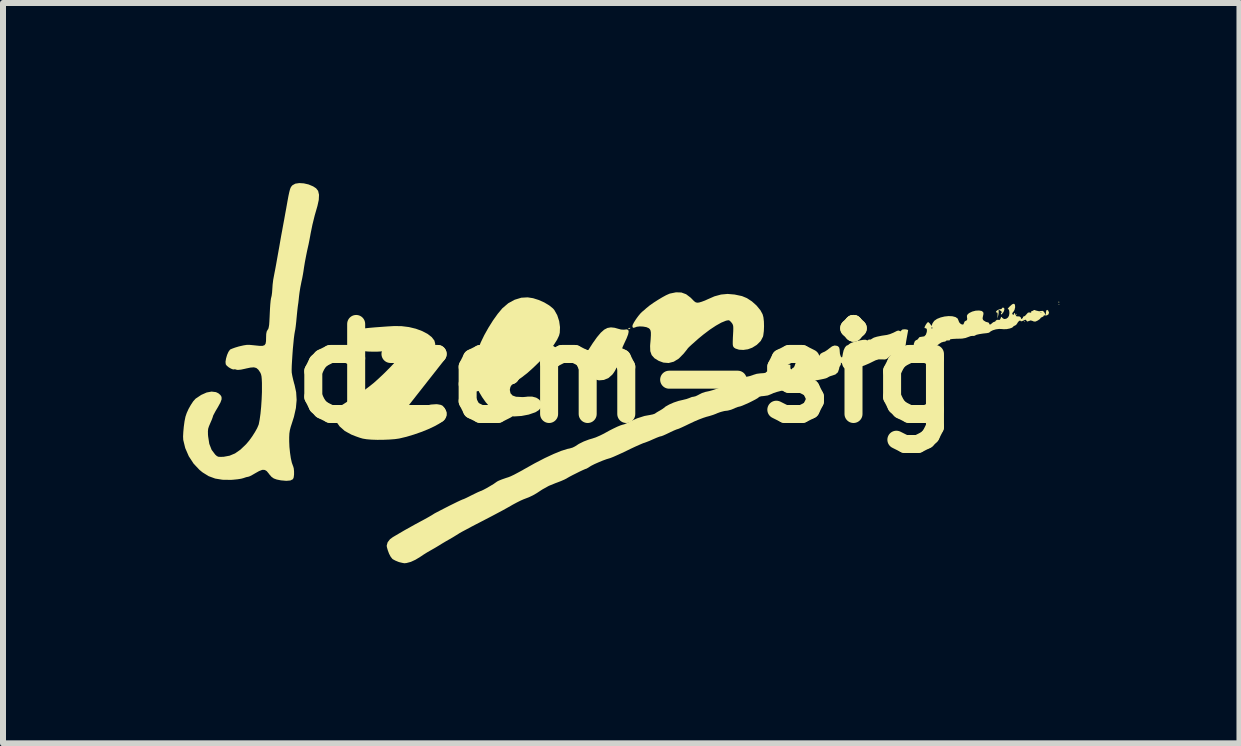
<source format=kicad_pcb>
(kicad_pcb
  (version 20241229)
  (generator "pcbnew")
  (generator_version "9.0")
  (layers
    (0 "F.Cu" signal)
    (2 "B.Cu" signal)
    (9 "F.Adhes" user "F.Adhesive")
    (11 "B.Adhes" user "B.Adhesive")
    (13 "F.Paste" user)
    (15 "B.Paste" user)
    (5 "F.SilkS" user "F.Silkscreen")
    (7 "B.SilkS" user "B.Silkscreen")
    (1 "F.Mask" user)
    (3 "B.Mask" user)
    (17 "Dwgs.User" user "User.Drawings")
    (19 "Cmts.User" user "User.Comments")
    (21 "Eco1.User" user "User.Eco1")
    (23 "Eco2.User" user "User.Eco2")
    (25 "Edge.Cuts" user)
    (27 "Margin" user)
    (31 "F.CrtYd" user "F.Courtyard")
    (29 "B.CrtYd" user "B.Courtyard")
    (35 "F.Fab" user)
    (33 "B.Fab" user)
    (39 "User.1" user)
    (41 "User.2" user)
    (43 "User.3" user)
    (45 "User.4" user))
  (footprint "dzem-sig"
    (layer "F.Cu")
    (at 7.384 3.169)
    (property "Reference" "dzem-sig" (at 0 0 0) (layer "F.SilkS") (effects (font (size 1.5 1.5) (thickness 0.3))))
    (attr board_only exclude_from_pos_files exclude_from_bom)
    (fp_poly (pts (xy 6.511 -0.983) (xy 6.504 -0.975) (xy 6.496 -0.983) (xy 6.504 -0.99)) (stroke (width 0) (type solid)) (fill yes) (layer "F.SilkS"))
    (fp_poly (pts (xy 6.646 -0.863) (xy 6.639 -0.855) (xy 6.631 -0.863) (xy 6.639 -0.87)) (stroke (width 0) (type solid)) (fill yes) (layer "F.SilkS"))
    (fp_poly (pts (xy 7.216 -1.148) (xy 7.209 -1.14) (xy 7.201 -1.148) (xy 7.209 -1.155)) (stroke (width 0) (type solid)) (fill yes) (layer "F.SilkS"))
    (fp_poly (pts (xy 4.736 -0.424) (xy 4.738 -0.393) (xy 4.736 -0.386) (xy 4.73 -0.384) (xy 4.728 -0.405) (xy 4.731 -0.426)) (stroke (width 0) (type solid)) (fill yes) (layer "F.SilkS"))
    (fp_poly (pts (xy 7.211 -1.195) (xy 7.213 -1.177) (xy 7.211 -1.175) (xy 7.203 -1.177) (xy 7.201 -1.185) (xy 7.207 -1.198)) (stroke (width 0) (type solid)) (fill yes) (layer "F.SilkS"))
    (fp_poly (pts (xy 0.067 -0.75) (xy 0.051 -0.738) (xy 0.034 -0.735) (xy 0.03 -0.741) (xy 0.042 -0.751) (xy 0.053 -0.756) (xy 0.069 -0.757)) (stroke (width 0) (type solid)) (fill yes) (layer "F.SilkS"))
    (fp_poly (pts (xy 6.297 -1.084) (xy 6.299 -1.057) (xy 6.285 -1.022) (xy 6.272 -1.003) (xy 6.251 -0.981) (xy 6.243 -0.982) (xy 6.242 -0.995) (xy 6.248 -1.013) (xy 6.26 -1.011) (xy 6.265 -1.012) (xy 6.25 -1.029) (xy 6.249 -1.031) (xy 6.221 -1.052) (xy 6.204 -1.053) (xy 6.203 -1.034) (xy 6.204 -1.031) (xy 6.204 -1.005) (xy 6.198 -0.966) (xy 6.196 -0.96) (xy 6.182 -0.908) (xy 6.186 -0.963) (xy 6.186 -0.997) (xy 6.181 -1.012) (xy 6.179 -1.011) (xy 6.163 -1.015) (xy 6.159 -1.019) (xy 6.164 -1.035) (xy 6.186 -1.053) (xy 6.216 -1.066) (xy 6.237 -1.068) (xy 6.255 -1.074) (xy 6.256 -1.08) (xy 6.268 -1.093) (xy 6.279 -1.095)) (stroke (width 0) (type solid)) (fill yes) (layer "F.SilkS"))
    (fp_poly (pts (xy -0.193 -0.758) (xy -0.137 -0.742) (xy -0.088 -0.729) (xy -0.043 -0.726) (xy -0.032 -0.727) (xy 0.009 -0.731) (xy 0.033 -0.721) (xy 0.04 -0.694) (xy 0.031 -0.649) (xy 0.006 -0.583) (xy -0.03 -0.506) (xy -0.059 -0.442) (xy -0.082 -0.379) (xy -0.096 -0.327) (xy -0.098 -0.317) (xy -0.108 -0.261) (xy -0.121 -0.207) (xy -0.124 -0.195) (xy -0.135 -0.155) (xy -0.138 -0.126) (xy -0.137 -0.124) (xy -0.143 -0.107) (xy -0.148 -0.105) (xy -0.164 -0.092) (xy -0.173 -0.071) (xy -0.189 -0.04) (xy -0.216 0.001) (xy -0.234 0.024) (xy -0.297 0.079) (xy -0.373 0.111) (xy -0.455 0.118) (xy -0.535 0.098) (xy -0.587 0.061) (xy -0.63 -0.001) (xy -0.663 -0.081) (xy -0.675 -0.134) (xy -0.682 -0.203) (xy -0.676 -0.269) (xy -0.654 -0.337) (xy -0.615 -0.414) (xy -0.559 -0.501) (xy -0.488 -0.601) (xy -0.426 -0.675) (xy -0.369 -0.726) (xy -0.314 -0.755) (xy -0.256 -0.765)) (stroke (width 0) (type solid)) (fill yes) (layer "F.SilkS"))
    (fp_poly (pts (xy -1.553 -1.251) (xy -1.458 -1.221) (xy -1.366 -1.18) (xy -1.284 -1.131) (xy -1.22 -1.079) (xy -1.198 -1.053) (xy -1.15 -0.967) (xy -1.118 -0.869) (xy -1.104 -0.769) (xy -1.108 -0.675) (xy -1.12 -0.628) (xy -1.153 -0.558) (xy -1.206 -0.475) (xy -1.276 -0.383) (xy -1.359 -0.286) (xy -1.451 -0.188) (xy -1.548 -0.094) (xy -1.645 -0.007) (xy -1.741 0.068) (xy -1.8 0.109) (xy -1.865 0.153) (xy -1.907 0.191) (xy -1.93 0.227) (xy -1.939 0.267) (xy -1.94 0.279) (xy -1.929 0.333) (xy -1.894 0.371) (xy -1.837 0.391) (xy -1.817 0.392) (xy -1.775 0.394) (xy -1.743 0.396) (xy -1.74 0.396) (xy -1.713 0.396) (xy -1.668 0.392) (xy -1.645 0.389) (xy -1.566 0.389) (xy -1.501 0.406) (xy -1.452 0.437) (xy -1.421 0.477) (xy -1.41 0.523) (xy -1.421 0.57) (xy -1.457 0.614) (xy -1.515 0.65) (xy -1.625 0.688) (xy -1.745 0.711) (xy -1.868 0.719) (xy -1.981 0.709) (xy -2.026 0.7) (xy -2.113 0.667) (xy -2.199 0.618) (xy -2.272 0.561) (xy -2.277 0.556) (xy -2.339 0.486) (xy -2.399 0.401) (xy -2.451 0.314) (xy -2.487 0.234) (xy -2.491 0.224) (xy -2.505 0.181) (xy -2.513 0.141) (xy -2.518 0.096) (xy -2.519 0.04) (xy -2.518 -0.035) (xy -2.517 -0.075) (xy -2.512 -0.168) (xy -2.506 -0.24) (xy -2.497 -0.299) (xy -2.482 -0.356) (xy -2.468 -0.403) (xy -2.425 -0.513) (xy -2.366 -0.635) (xy -2.296 -0.76) (xy -2.22 -0.881) (xy -2.142 -0.99) (xy -2.068 -1.079) (xy -2.062 -1.085) (xy -1.966 -1.167) (xy -1.86 -1.225) (xy -1.749 -1.259) (xy -1.643 -1.265)) (stroke (width 0) (type solid)) (fill yes) (layer "F.SilkS"))
    (fp_poly (pts (xy 0.918 -1.346) (xy 0.997 -1.317) (xy 1.071 -1.261) (xy 1.093 -1.239) (xy 1.13 -1.201) (xy 1.157 -1.182) (xy 1.182 -1.176) (xy 1.213 -1.179) (xy 1.213 -1.179) (xy 1.257 -1.192) (xy 1.313 -1.213) (xy 1.35 -1.23) (xy 1.469 -1.282) (xy 1.579 -1.312) (xy 1.688 -1.322) (xy 1.805 -1.312) (xy 1.928 -1.286) (xy 2.01 -1.252) (xy 2.094 -1.197) (xy 2.171 -1.128) (xy 2.235 -1.05) (xy 2.271 -0.984) (xy 2.285 -0.933) (xy 2.293 -0.862) (xy 2.295 -0.782) (xy 2.292 -0.703) (xy 2.283 -0.635) (xy 2.278 -0.611) (xy 2.24 -0.538) (xy 2.174 -0.473) (xy 2.098 -0.426) (xy 2.027 -0.4) (xy 1.95 -0.389) (xy 1.878 -0.393) (xy 1.819 -0.412) (xy 1.798 -0.426) (xy 1.786 -0.439) (xy 1.778 -0.456) (xy 1.774 -0.483) (xy 1.774 -0.526) (xy 1.776 -0.591) (xy 1.778 -0.627) (xy 1.782 -0.702) (xy 1.783 -0.754) (xy 1.781 -0.789) (xy 1.774 -0.812) (xy 1.763 -0.832) (xy 1.751 -0.847) (xy 1.725 -0.875) (xy 1.703 -0.884) (xy 1.67 -0.878) (xy 1.656 -0.874) (xy 1.583 -0.844) (xy 1.494 -0.794) (xy 1.394 -0.728) (xy 1.288 -0.648) (xy 1.205 -0.58) (xy 1.145 -0.527) (xy 1.092 -0.48) (xy 1.052 -0.443) (xy 1.029 -0.42) (xy 1.025 -0.415) (xy 1.009 -0.393) (xy 0.98 -0.357) (xy 0.955 -0.326) (xy 0.874 -0.244) (xy 0.791 -0.193) (xy 0.706 -0.171) (xy 0.618 -0.178) (xy 0.54 -0.207) (xy 0.469 -0.251) (xy 0.423 -0.303) (xy 0.4 -0.368) (xy 0.397 -0.452) (xy 0.398 -0.473) (xy 0.406 -0.564) (xy 0.41 -0.631) (xy 0.41 -0.678) (xy 0.405 -0.709) (xy 0.395 -0.731) (xy 0.38 -0.747) (xy 0.375 -0.751) (xy 0.337 -0.768) (xy 0.283 -0.778) (xy 0.225 -0.781) (xy 0.175 -0.775) (xy 0.151 -0.766) (xy 0.12 -0.756) (xy 0.103 -0.77) (xy 0.105 -0.803) (xy 0.107 -0.807) (xy 0.128 -0.848) (xy 0.161 -0.9) (xy 0.2 -0.954) (xy 0.238 -0.999) (xy 0.261 -1.022) (xy 0.294 -1.049) (xy 0.332 -1.083) (xy 0.338 -1.088) (xy 0.387 -1.128) (xy 0.452 -1.174) (xy 0.525 -1.221) (xy 0.598 -1.265) (xy 0.664 -1.301) (xy 0.716 -1.324) (xy 0.727 -1.328) (xy 0.829 -1.349)) (stroke (width 0) (type solid)) (fill yes) (layer "F.SilkS"))
    (fp_poly (pts (xy -3.742 -0.785) (xy -3.621 -0.77) (xy -3.505 -0.742) (xy -3.4 -0.703) (xy -3.31 -0.656) (xy -3.241 -0.602) (xy -3.197 -0.545) (xy -3.183 -0.491) (xy -3.184 -0.419) (xy -3.198 -0.337) (xy -3.225 -0.254) (xy -3.259 -0.184) (xy -3.293 -0.129) (xy -3.338 -0.065) (xy -3.388 0.003) (xy -3.438 0.068) (xy -3.485 0.124) (xy -3.523 0.165) (xy -3.54 0.18) (xy -3.586 0.216) (xy -3.633 0.253) (xy -3.636 0.256) (xy -3.674 0.285) (xy -3.725 0.321) (xy -3.767 0.35) (xy -3.818 0.389) (xy -3.878 0.439) (xy -3.936 0.493) (xy -3.945 0.502) (xy -4.04 0.598) (xy -3.993 0.645) (xy -3.96 0.675) (xy -3.932 0.686) (xy -3.894 0.684) (xy -3.882 0.682) (xy -3.81 0.669) (xy -3.729 0.651) (xy -3.645 0.632) (xy -3.567 0.612) (xy -3.503 0.594) (xy -3.461 0.58) (xy -3.46 0.579) (xy -3.355 0.543) (xy -3.254 0.521) (xy -3.165 0.515) (xy -3.141 0.517) (xy -3.092 0.526) (xy -3.06 0.541) (xy -3.034 0.571) (xy -3.026 0.582) (xy -2.997 0.647) (xy -2.998 0.709) (xy -3.029 0.767) (xy -3.055 0.795) (xy -3.116 0.839) (xy -3.2 0.885) (xy -3.303 0.933) (xy -3.418 0.979) (xy -3.539 1.021) (xy -3.662 1.058) (xy -3.78 1.086) (xy -3.784 1.087) (xy -3.855 1.097) (xy -3.945 1.104) (xy -4.045 1.108) (xy -4.147 1.109) (xy -4.243 1.106) (xy -4.326 1.099) (xy -4.387 1.089) (xy -4.388 1.089) (xy -4.44 1.074) (xy -4.505 1.051) (xy -4.571 1.025) (xy -4.579 1.022) (xy -4.689 0.962) (xy -4.776 0.885) (xy -4.837 0.798) (xy -4.859 0.726) (xy -4.853 0.656) (xy -4.821 0.595) (xy -4.764 0.546) (xy -4.762 0.545) (xy -4.734 0.528) (xy -4.687 0.498) (xy -4.624 0.457) (xy -4.551 0.408) (xy -4.473 0.356) (xy -4.37 0.286) (xy -4.284 0.222) (xy -4.205 0.159) (xy -4.126 0.088) (xy -4.037 0.004) (xy -4.022 -0.011) (xy -3.941 -0.092) (xy -3.88 -0.156) (xy -3.837 -0.206) (xy -3.811 -0.246) (xy -3.8 -0.277) (xy -3.801 -0.305) (xy -3.814 -0.331) (xy -3.822 -0.343) (xy -3.849 -0.369) (xy -3.883 -0.381) (xy -3.918 -0.383) (xy -3.973 -0.38) (xy -4.027 -0.373) (xy -4.036 -0.371) (xy -4.085 -0.364) (xy -4.152 -0.36) (xy -4.227 -0.36) (xy -4.3 -0.362) (xy -4.363 -0.368) (xy -4.406 -0.376) (xy -4.406 -0.376) (xy -4.444 -0.396) (xy -4.487 -0.432) (xy -4.514 -0.459) (xy -4.561 -0.526) (xy -4.585 -0.591) (xy -4.584 -0.649) (xy -4.56 -0.696) (xy -4.527 -0.722) (xy -4.501 -0.729) (xy -4.45 -0.738) (xy -4.377 -0.746) (xy -4.289 -0.756) (xy -4.188 -0.765) (xy -4.08 -0.773) (xy -3.969 -0.781) (xy -3.863 -0.787)) (stroke (width 0) (type solid)) (fill yes) (layer "F.SilkS"))
    (fp_poly (pts (xy 6.476 -1.142) (xy 6.479 -1.098) (xy 6.478 -1.097) (xy 6.468 -1.055) (xy 6.45 -1.025) (xy 6.447 -1.023) (xy 6.43 -1) (xy 6.435 -0.981) (xy 6.453 -0.975) (xy 6.461 -0.984) (xy 6.459 -0.99) (xy 6.459 -1.004) (xy 6.464 -1.005) (xy 6.478 -0.993) (xy 6.486 -0.973) (xy 6.502 -0.949) (xy 6.522 -0.948) (xy 6.549 -0.947) (xy 6.571 -0.933) (xy 6.578 -0.915) (xy 6.575 -0.908) (xy 6.577 -0.905) (xy 6.59 -0.908) (xy 6.608 -0.923) (xy 6.608 -0.932) (xy 6.612 -0.944) (xy 6.621 -0.945) (xy 6.644 -0.957) (xy 6.668 -0.983) (xy 6.693 -1.011) (xy 6.721 -1.013) (xy 6.724 -1.012) (xy 6.746 -1.009) (xy 6.745 -1.013) (xy 6.901 -1.013) (xy 6.909 -1.005) (xy 6.916 -1.013) (xy 6.909 -1.02) (xy 6.901 -1.013) (xy 6.745 -1.013) (xy 6.745 -1.019) (xy 6.747 -1.033) (xy 6.757 -1.035) (xy 6.78 -1.044) (xy 6.784 -1.05) (xy 6.799 -1.055) (xy 6.827 -1.045) (xy 6.879 -1.033) (xy 6.905 -1.037) (xy 6.938 -1.04) (xy 6.959 -1.024) (xy 6.968 -1.008) (xy 6.99 -0.968) (xy 6.991 -1.008) (xy 6.997 -1.045) (xy 7.012 -1.057) (xy 7.029 -1.045) (xy 7.043 -1.012) (xy 7.034 -0.982) (xy 7.006 -0.964) (xy 6.983 -0.964) (xy 6.959 -0.965) (xy 6.955 -0.959) (xy 6.948 -0.946) (xy 6.932 -0.938) (xy 6.907 -0.926) (xy 6.901 -0.917) (xy 6.89 -0.903) (xy 6.861 -0.883) (xy 6.855 -0.879) (xy 6.819 -0.862) (xy 6.791 -0.862) (xy 6.774 -0.87) (xy 6.738 -0.881) (xy 6.708 -0.871) (xy 6.682 -0.862) (xy 6.669 -0.873) (xy 6.667 -0.877) (xy 6.658 -0.891) (xy 6.641 -0.889) (xy 6.615 -0.877) (xy 6.586 -0.866) (xy 6.572 -0.868) (xy 6.571 -0.869) (xy 6.563 -0.88) (xy 6.545 -0.872) (xy 6.525 -0.851) (xy 6.514 -0.832) (xy 6.494 -0.805) (xy 6.475 -0.795) (xy 6.452 -0.784) (xy 6.448 -0.777) (xy 6.428 -0.76) (xy 6.389 -0.746) (xy 6.339 -0.736) (xy 6.289 -0.734) (xy 6.256 -0.737) (xy 6.212 -0.739) (xy 6.159 -0.732) (xy 6.108 -0.717) (xy 6.07 -0.698) (xy 6.059 -0.687) (xy 6.039 -0.675) (xy 6.002 -0.668) (xy 5.999 -0.668) (xy 5.937 -0.661) (xy 5.881 -0.652) (xy 5.837 -0.642) (xy 5.814 -0.631) (xy 5.813 -0.63) (xy 5.794 -0.622) (xy 5.774 -0.623) (xy 5.74 -0.62) (xy 5.699 -0.605) (xy 5.696 -0.604) (xy 5.652 -0.588) (xy 5.596 -0.578) (xy 5.574 -0.577) (xy 5.494 -0.575) (xy 5.44 -0.572) (xy 5.408 -0.568) (xy 5.393 -0.563) (xy 5.393 -0.557) (xy 5.393 -0.556) (xy 5.387 -0.548) (xy 5.364 -0.547) (xy 5.336 -0.546) (xy 5.326 -0.538) (xy 5.313 -0.528) (xy 5.288 -0.525) (xy 5.251 -0.514) (xy 5.209 -0.487) (xy 5.201 -0.48) (xy 5.141 -0.436) (xy 5.072 -0.415) (xy 5.058 -0.414) (xy 5.031 -0.406) (xy 4.99 -0.389) (xy 4.958 -0.374) (xy 4.911 -0.353) (xy 4.871 -0.342) (xy 4.853 -0.342) (xy 4.812 -0.359) (xy 4.791 -0.392) (xy 4.786 -0.438) (xy 4.792 -0.496) (xy 4.809 -0.537) (xy 4.834 -0.555) (xy 4.838 -0.555) (xy 4.859 -0.568) (xy 4.868 -0.583) (xy 4.886 -0.603) (xy 4.924 -0.609) (xy 4.964 -0.615) (xy 4.988 -0.639) (xy 4.992 -0.645) (xy 5.007 -0.689) (xy 5.009 -0.726) (xy 4.998 -0.748) (xy 4.988 -0.75) (xy 4.971 -0.753) (xy 4.97 -0.759) (xy 5.087 -0.759) (xy 5.09 -0.739) (xy 5.095 -0.739) (xy 5.099 -0.759) (xy 5.096 -0.768) (xy 5.09 -0.774) (xy 5.087 -0.759) (xy 4.97 -0.759) (xy 4.969 -0.767) (xy 4.984 -0.798) (xy 4.992 -0.812) (xy 5.015 -0.845) (xy 5.034 -0.852) (xy 5.054 -0.833) (xy 5.063 -0.822) (xy 5.086 -0.788) (xy 5.103 -0.834) (xy 5.131 -0.874) (xy 5.177 -0.906) (xy 5.237 -0.93) (xy 5.303 -0.946) (xy 5.371 -0.953) (xy 5.434 -0.95) (xy 5.486 -0.936) (xy 5.521 -0.912) (xy 5.533 -0.884) (xy 5.546 -0.85) (xy 5.569 -0.825) (xy 5.594 -0.812) (xy 5.616 -0.814) (xy 5.626 -0.835) (xy 5.626 -0.838) (xy 5.639 -0.865) (xy 5.656 -0.874) (xy 5.677 -0.886) (xy 5.68 -0.912) (xy 5.677 -0.927) (xy 5.675 -0.96) (xy 5.69 -0.985) (xy 5.714 -1.004) (xy 5.763 -1.028) (xy 5.821 -1.043) (xy 5.877 -1.046) (xy 5.922 -1.038) (xy 5.931 -1.032) (xy 5.949 -1.013) (xy 5.951 -0.988) (xy 5.944 -0.957) (xy 5.936 -0.917) (xy 5.943 -0.892) (xy 5.956 -0.878) (xy 5.991 -0.857) (xy 6.015 -0.851) (xy 6.04 -0.842) (xy 6.046 -0.829) (xy 6.054 -0.812) (xy 6.075 -0.817) (xy 6.091 -0.833) (xy 6.116 -0.852) (xy 6.129 -0.855) (xy 6.151 -0.867) (xy 6.156 -0.877) (xy 6.176 -0.891) (xy 6.196 -0.89) (xy 6.223 -0.89) (xy 6.237 -0.915) (xy 6.237 -0.915) (xy 6.245 -0.939) (xy 6.256 -0.936) (xy 6.266 -0.922) (xy 6.294 -0.904) (xy 6.329 -0.908) (xy 6.36 -0.93) (xy 6.377 -0.962) (xy 6.383 -1.003) (xy 6.38 -1.04) (xy 6.371 -1.066) (xy 6.356 -1.07) (xy 6.356 -1.07) (xy 6.355 -1.074) (xy 6.371 -1.095) (xy 6.389 -1.114) (xy 6.43 -1.15) (xy 6.459 -1.159)) (stroke (width 0) (type solid)) (fill yes) (layer "F.SilkS"))
    (fp_poly (pts (xy -5.372 -3.164) (xy -5.293 -3.146) (xy -5.217 -3.114) (xy -5.168 -3.082) (xy -5.134 -3.039) (xy -5.119 -2.974) (xy -5.123 -2.889) (xy -5.145 -2.789) (xy -5.151 -2.768) (xy -5.191 -2.629) (xy -5.229 -2.475) (xy -5.26 -2.323) (xy -5.266 -2.288) (xy -5.279 -2.219) (xy -5.293 -2.148) (xy -5.304 -2.1) (xy -5.319 -2.033) (xy -5.336 -1.948) (xy -5.354 -1.854) (xy -5.369 -1.763) (xy -5.379 -1.695) (xy -5.387 -1.647) (xy -5.399 -1.583) (xy -5.414 -1.515) (xy -5.415 -1.508) (xy -5.43 -1.433) (xy -5.443 -1.352) (xy -5.452 -1.283) (xy -5.458 -1.224) (xy -5.464 -1.172) (xy -5.469 -1.14) (xy -5.473 -1.11) (xy -5.479 -1.059) (xy -5.486 -0.992) (xy -5.492 -0.93) (xy -5.499 -0.855) (xy -5.507 -0.784) (xy -5.515 -0.727) (xy -5.521 -0.698) (xy -5.529 -0.651) (xy -5.538 -0.583) (xy -5.546 -0.499) (xy -5.555 -0.406) (xy -5.562 -0.309) (xy -5.568 -0.216) (xy -5.573 -0.132) (xy -5.575 -0.063) (xy -5.574 -0.016) (xy -5.573 -0.008) (xy -5.564 0.044) (xy -5.549 0.11) (xy -5.531 0.179) (xy -5.527 0.19) (xy -5.5 0.316) (xy -5.492 0.444) (xy -5.504 0.579) (xy -5.537 0.726) (xy -5.569 0.827) (xy -5.591 0.895) (xy -5.605 0.95) (xy -5.613 1.003) (xy -5.616 1.066) (xy -5.616 1.133) (xy -5.612 1.228) (xy -5.602 1.324) (xy -5.589 1.413) (xy -5.572 1.489) (xy -5.553 1.542) (xy -5.551 1.546) (xy -5.54 1.583) (xy -5.535 1.634) (xy -5.535 1.688) (xy -5.541 1.735) (xy -5.553 1.763) (xy -5.553 1.764) (xy -5.596 1.786) (xy -5.664 1.792) (xy -5.754 1.784) (xy -5.824 1.77) (xy -5.873 1.752) (xy -5.911 1.725) (xy -5.947 1.684) (xy -5.956 1.671) (xy -5.99 1.63) (xy -6.025 1.61) (xy -6.065 1.609) (xy -6.117 1.629) (xy -6.181 1.665) (xy -6.231 1.694) (xy -6.274 1.716) (xy -6.301 1.725) (xy -6.303 1.725) (xy -6.333 1.731) (xy -6.374 1.745) (xy -6.38 1.747) (xy -6.418 1.757) (xy -6.476 1.766) (xy -6.546 1.773) (xy -6.585 1.776) (xy -6.727 1.774) (xy -6.849 1.754) (xy -6.958 1.714) (xy -7.058 1.652) (xy -7.109 1.611) (xy -7.208 1.506) (xy -7.289 1.382) (xy -7.348 1.246) (xy -7.381 1.111) (xy -7.384 1.054) (xy -7.38 0.977) (xy -7.372 0.89) (xy -7.36 0.802) (xy -7.344 0.722) (xy -7.343 0.72) (xy -7.323 0.661) (xy -7.292 0.593) (xy -7.254 0.526) (xy -7.215 0.467) (xy -7.179 0.427) (xy -7.174 0.422) (xy -7.081 0.36) (xy -6.991 0.32) (xy -6.909 0.305) (xy -6.836 0.314) (xy -6.796 0.333) (xy -6.761 0.363) (xy -6.743 0.394) (xy -6.742 0.433) (xy -6.76 0.484) (xy -6.797 0.552) (xy -6.81 0.575) (xy -6.843 0.63) (xy -6.868 0.677) (xy -6.884 0.708) (xy -6.886 0.717) (xy -6.892 0.737) (xy -6.907 0.777) (xy -6.929 0.827) (xy -6.931 0.832) (xy -6.953 0.884) (xy -6.966 0.925) (xy -6.97 0.967) (xy -6.969 1.021) (xy -6.966 1.054) (xy -6.947 1.176) (xy -6.908 1.276) (xy -6.849 1.354) (xy -6.845 1.358) (xy -6.82 1.38) (xy -6.795 1.391) (xy -6.76 1.393) (xy -6.706 1.391) (xy -6.609 1.373) (xy -6.518 1.335) (xy -6.428 1.272) (xy -6.335 1.183) (xy -6.332 1.18) (xy -6.283 1.122) (xy -6.233 1.053) (xy -6.187 0.981) (xy -6.15 0.915) (xy -6.127 0.861) (xy -6.123 0.85) (xy -6.108 0.772) (xy -6.094 0.671) (xy -6.083 0.557) (xy -6.075 0.435) (xy -6.07 0.313) (xy -6.07 0.247) (xy -6.07 0.16) (xy -6.073 0.097) (xy -6.077 0.053) (xy -6.084 0.021) (xy -6.094 -0.005) (xy -6.1 -0.016) (xy -6.131 -0.061) (xy -6.163 -0.088) (xy -6.204 -0.099) (xy -6.26 -0.095) (xy -6.337 -0.079) (xy -6.339 -0.078) (xy -6.418 -0.061) (xy -6.471 -0.056) (xy -6.496 -0.06) (xy -6.521 -0.068) (xy -6.531 -0.065) (xy -6.551 -0.064) (xy -6.585 -0.077) (xy -6.623 -0.099) (xy -6.655 -0.125) (xy -6.673 -0.15) (xy -6.673 -0.15) (xy -6.677 -0.191) (xy -6.668 -0.246) (xy -6.651 -0.305) (xy -6.628 -0.357) (xy -6.603 -0.392) (xy -6.597 -0.397) (xy -6.567 -0.41) (xy -6.518 -0.428) (xy -6.458 -0.446) (xy -6.442 -0.45) (xy -6.376 -0.465) (xy -6.324 -0.473) (xy -6.272 -0.473) (xy -6.208 -0.467) (xy -6.19 -0.465) (xy -6.112 -0.457) (xy -6.059 -0.457) (xy -6.027 -0.468) (xy -6.009 -0.494) (xy -6.002 -0.537) (xy -6.001 -0.588) (xy -5.999 -0.653) (xy -5.991 -0.695) (xy -5.977 -0.722) (xy -5.975 -0.724) (xy -5.964 -0.74) (xy -5.957 -0.766) (xy -5.95 -0.805) (xy -5.946 -0.862) (xy -5.942 -0.942) (xy -5.94 -0.988) (xy -5.936 -1.072) (xy -5.931 -1.147) (xy -5.925 -1.209) (xy -5.919 -1.249) (xy -5.916 -1.26) (xy -5.908 -1.294) (xy -5.901 -1.347) (xy -5.897 -1.403) (xy -5.892 -1.477) (xy -5.882 -1.559) (xy -5.872 -1.612) (xy -5.863 -1.66) (xy -5.849 -1.731) (xy -5.833 -1.818) (xy -5.816 -1.914) (xy -5.799 -2.009) (xy -5.781 -2.109) (xy -5.764 -2.208) (xy -5.748 -2.299) (xy -5.734 -2.373) (xy -5.725 -2.423) (xy -5.714 -2.483) (xy -5.699 -2.563) (xy -5.683 -2.653) (xy -5.666 -2.745) (xy -5.662 -2.768) (xy -5.643 -2.875) (xy -5.628 -2.956) (xy -5.615 -3.016) (xy -5.604 -3.059) (xy -5.594 -3.088) (xy -5.582 -3.109) (xy -5.569 -3.125) (xy -5.561 -3.133) (xy -5.514 -3.159) (xy -5.448 -3.169)) (stroke (width 0) (type solid)) (fill yes) (layer "F.SilkS"))
    (fp_poly (pts (xy 4.678 -0.728) (xy 4.695 -0.72) (xy 4.696 -0.719) (xy 4.693 -0.7) (xy 4.686 -0.661) (xy 4.68 -0.628) (xy 4.663 -0.532) (xy 4.649 -0.433) (xy 4.645 -0.402) (xy 4.631 -0.361) (xy 4.606 -0.329) (xy 4.578 -0.315) (xy 4.577 -0.315) (xy 4.562 -0.304) (xy 4.561 -0.299) (xy 4.548 -0.291) (xy 4.517 -0.288) (xy 4.48 -0.289) (xy 4.447 -0.295) (xy 4.431 -0.304) (xy 4.417 -0.302) (xy 4.39 -0.283) (xy 4.376 -0.27) (xy 4.342 -0.241) (xy 4.312 -0.23) (xy 4.269 -0.231) (xy 4.261 -0.231) (xy 4.206 -0.232) (xy 4.155 -0.217) (xy 4.126 -0.203) (xy 4.049 -0.165) (xy 3.97 -0.131) (xy 3.895 -0.105) (xy 3.831 -0.087) (xy 3.785 -0.081) (xy 3.773 -0.082) (xy 3.743 -0.087) (xy 3.732 -0.089) (xy 3.718 -0.102) (xy 3.705 -0.13) (xy 3.688 -0.155) (xy 3.671 -0.152) (xy 3.659 -0.125) (xy 3.657 -0.107) (xy 3.653 -0.082) (xy 3.649 -0.075) (xy 3.631 -0.087) (xy 3.612 -0.112) (xy 3.601 -0.138) (xy 3.601 -0.141) (xy 3.591 -0.168) (xy 3.583 -0.174) (xy 3.573 -0.176) (xy 3.576 -0.169) (xy 3.575 -0.146) (xy 3.567 -0.132) (xy 3.551 -0.103) (xy 3.544 -0.069) (xy 3.526 -0.017) (xy 3.484 0.02) (xy 3.434 0.037) (xy 3.393 0.05) (xy 3.362 0.066) (xy 3.361 0.067) (xy 3.348 0.075) (xy 3.326 0.084) (xy 3.29 0.093) (xy 3.237 0.104) (xy 3.162 0.118) (xy 3.099 0.129) (xy 3.069 0.139) (xy 3.025 0.157) (xy 2.992 0.172) (xy 2.941 0.195) (xy 2.893 0.211) (xy 2.871 0.216) (xy 2.794 0.228) (xy 2.733 0.241) (xy 2.695 0.255) (xy 2.689 0.259) (xy 2.666 0.269) (xy 2.622 0.282) (xy 2.57 0.295) (xy 2.509 0.311) (xy 2.452 0.33) (xy 2.417 0.346) (xy 2.359 0.369) (xy 2.292 0.379) (xy 2.246 0.383) (xy 2.215 0.393) (xy 2.208 0.399) (xy 2.191 0.413) (xy 2.152 0.436) (xy 2.1 0.463) (xy 2.042 0.492) (xy 1.983 0.518) (xy 1.932 0.54) (xy 1.895 0.553) (xy 1.883 0.555) (xy 1.856 0.562) (xy 1.815 0.578) (xy 1.799 0.586) (xy 1.747 0.607) (xy 1.694 0.621) (xy 1.683 0.623) (xy 1.647 0.627) (xy 1.629 0.63) (xy 1.628 0.63) (xy 1.615 0.634) (xy 1.594 0.639) (xy 1.56 0.649) (xy 1.514 0.666) (xy 1.497 0.674) (xy 1.447 0.693) (xy 1.383 0.713) (xy 1.334 0.726) (xy 1.282 0.743) (xy 1.213 0.769) (xy 1.135 0.802) (xy 1.057 0.839) (xy 1.054 0.84) (xy 0.986 0.873) (xy 0.926 0.901) (xy 0.881 0.921) (xy 0.857 0.93) (xy 0.854 0.93) (xy 0.834 0.937) (xy 0.793 0.954) (xy 0.741 0.978) (xy 0.717 0.99) (xy 0.66 1.017) (xy 0.613 1.038) (xy 0.582 1.049) (xy 0.575 1.05) (xy 0.552 1.056) (xy 0.51 1.072) (xy 0.457 1.095) (xy 0.445 1.1) (xy 0.387 1.126) (xy 0.333 1.147) (xy 0.295 1.161) (xy 0.292 1.161) (xy 0.264 1.172) (xy 0.215 1.193) (xy 0.15 1.222) (xy 0.073 1.258) (xy 0.008 1.29) (xy -0.074 1.329) (xy -0.149 1.363) (xy -0.212 1.391) (xy -0.259 1.41) (xy -0.281 1.417) (xy -0.328 1.431) (xy -0.391 1.454) (xy -0.461 1.483) (xy -0.529 1.513) (xy -0.584 1.541) (xy -0.613 1.559) (xy -0.645 1.579) (xy -0.665 1.59) (xy -0.667 1.59) (xy -0.687 1.597) (xy -0.726 1.614) (xy -0.779 1.639) (xy -0.837 1.668) (xy -0.895 1.697) (xy -0.946 1.724) (xy -0.983 1.745) (xy -0.99 1.75) (xy -1.029 1.77) (xy -1.086 1.795) (xy -1.151 1.82) (xy -1.176 1.829) (xy -1.291 1.876) (xy -1.397 1.935) (xy -1.416 1.947) (xy -1.49 1.996) (xy -1.554 2.033) (xy -1.621 2.065) (xy -1.702 2.096) (xy -1.71 2.099) (xy -1.76 2.121) (xy -1.824 2.153) (xy -1.893 2.19) (xy -1.929 2.211) (xy -1.982 2.241) (xy -2.056 2.282) (xy -2.146 2.33) (xy -2.244 2.382) (xy -2.346 2.435) (xy -2.402 2.464) (xy -2.497 2.513) (xy -2.587 2.56) (xy -2.665 2.602) (xy -2.729 2.636) (xy -2.774 2.661) (xy -2.791 2.672) (xy -2.833 2.698) (xy -2.888 2.732) (xy -2.938 2.761) (xy -3.003 2.798) (xy -3.072 2.839) (xy -3.117 2.867) (xy -3.175 2.902) (xy -3.234 2.936) (xy -3.271 2.957) (xy -3.318 2.984) (xy -3.377 3.021) (xy -3.432 3.058) (xy -3.511 3.106) (xy -3.589 3.142) (xy -3.66 3.161) (xy -3.697 3.165) (xy -3.73 3.159) (xy -3.777 3.148) (xy -3.796 3.142) (xy -3.845 3.122) (xy -3.888 3.099) (xy -3.898 3.091) (xy -3.925 3.057) (xy -3.952 3.006) (xy -3.974 2.947) (xy -3.989 2.893) (xy -3.991 2.869) (xy -3.976 2.816) (xy -3.936 2.764) (xy -3.888 2.729) (xy -3.697 2.617) (xy -3.507 2.511) (xy -3.423 2.466) (xy -3.356 2.43) (xy -3.295 2.396) (xy -3.247 2.368) (xy -3.221 2.352) (xy -3.196 2.336) (xy -3.151 2.312) (xy -3.091 2.281) (xy -3.023 2.246) (xy -2.951 2.209) (xy -2.88 2.174) (xy -2.817 2.143) (xy -2.766 2.119) (xy -2.732 2.104) (xy -2.721 2.1) (xy -2.704 2.094) (xy -2.667 2.077) (xy -2.616 2.052) (xy -2.591 2.039) (xy -2.53 2.009) (xy -2.472 1.981) (xy -2.427 1.962) (xy -2.417 1.959) (xy -2.381 1.942) (xy -2.328 1.914) (xy -2.268 1.879) (xy -2.21 1.844) (xy -2.164 1.812) (xy -2.153 1.804) (xy -2.124 1.789) (xy -2.072 1.768) (xy -2.003 1.744) (xy -1.965 1.732) (xy -1.927 1.717) (xy -1.87 1.69) (xy -1.802 1.654) (xy -1.728 1.614) (xy -1.71 1.603) (xy -1.526 1.5) (xy -1.36 1.414) (xy -1.212 1.345) (xy -1.085 1.293) (xy -0.98 1.26) (xy -0.941 1.252) (xy -0.894 1.238) (xy -0.854 1.218) (xy -0.851 1.216) (xy -0.789 1.176) (xy -0.708 1.136) (xy -0.621 1.103) (xy -0.569 1.088) (xy -0.508 1.068) (xy -0.437 1.037) (xy -0.368 1.003) (xy -0.358 0.997) (xy -0.286 0.957) (xy -0.213 0.92) (xy -0.148 0.889) (xy -0.094 0.867) (xy -0.059 0.856) (xy -0.053 0.855) (xy -0.031 0.849) (xy 0.008 0.831) (xy 0.058 0.806) (xy 0.064 0.803) (xy 0.182 0.75) (xy 0.304 0.711) (xy 0.398 0.694) (xy 0.442 0.685) (xy 0.476 0.673) (xy 0.48 0.67) (xy 0.508 0.651) (xy 0.547 0.628) (xy 0.555 0.624) (xy 0.59 0.603) (xy 0.613 0.588) (xy 0.615 0.586) (xy 0.655 0.554) (xy 0.716 0.52) (xy 0.791 0.487) (xy 0.872 0.46) (xy 0.95 0.442) (xy 0.953 0.441) (xy 1.003 0.429) (xy 1.048 0.413) (xy 1.053 0.411) (xy 1.093 0.395) (xy 1.125 0.39) (xy 1.156 0.382) (xy 1.198 0.362) (xy 1.212 0.354) (xy 1.264 0.328) (xy 1.323 0.309) (xy 1.335 0.307) (xy 1.386 0.296) (xy 1.449 0.278) (xy 1.498 0.261) (xy 1.552 0.242) (xy 1.599 0.229) (xy 1.627 0.225) (xy 1.66 0.215) (xy 1.693 0.189) (xy 1.743 0.151) (xy 1.771 0.137) (xy 2.716 0.137) (xy 2.728 0.149) (xy 2.738 0.15) (xy 2.758 0.138) (xy 2.761 0.128) (xy 2.751 0.113) (xy 2.738 0.115) (xy 2.718 0.129) (xy 2.716 0.137) (xy 1.771 0.137) (xy 1.813 0.115) (xy 1.895 0.083) (xy 1.981 0.061) (xy 2.025 0.054) (xy 2.064 0.045) (xy 2.111 0.029) (xy 2.121 0.025) (xy 2.173 0.009) (xy 2.234 0.001) (xy 2.252 0) (xy 2.294 -0.003) (xy 2.321 -0.009) (xy 2.325 -0.014) (xy 2.338 -0.026) (xy 2.37 -0.037) (xy 2.37 -0.038) (xy 2.402 -0.048) (xy 2.415 -0.059) (xy 2.415 -0.059) (xy 2.429 -0.077) (xy 2.464 -0.097) (xy 2.514 -0.116) (xy 2.569 -0.133) (xy 2.624 -0.144) (xy 2.657 -0.147) (xy 2.704 -0.146) (xy 2.729 -0.142) (xy 2.736 -0.131) (xy 2.734 -0.113) (xy 2.735 -0.082) (xy 2.744 -0.068) (xy 2.759 -0.068) (xy 2.761 -0.074) (xy 2.772 -0.089) (xy 2.78 -0.09) (xy 2.795 -0.103) (xy 2.81 -0.137) (xy 2.814 -0.153) (xy 2.836 -0.203) (xy 3.121 -0.203) (xy 3.128 -0.195) (xy 3.136 -0.203) (xy 3.151 -0.203) (xy 3.158 -0.195) (xy 3.166 -0.203) (xy 3.158 -0.21) (xy 3.151 -0.203) (xy 3.136 -0.203) (xy 3.128 -0.21) (xy 3.121 -0.203) (xy 2.836 -0.203) (xy 2.839 -0.211) (xy 2.886 -0.251) (xy 2.957 -0.273) (xy 3.02 -0.28) (xy 3.07 -0.28) (xy 3.099 -0.275) (xy 3.114 -0.262) (xy 3.121 -0.25) (xy 3.13 -0.23) (xy 3.134 -0.237) (xy 3.135 -0.244) (xy 3.143 -0.267) (xy 3.158 -0.266) (xy 3.169 -0.244) (xy 3.177 -0.235) (xy 3.191 -0.251) (xy 3.204 -0.277) (xy 3.239 -0.327) (xy 3.274 -0.347) (xy 3.309 -0.362) (xy 3.353 -0.391) (xy 3.378 -0.411) (xy 3.429 -0.449) (xy 3.471 -0.463) (xy 3.511 -0.457) (xy 3.527 -0.45) (xy 3.547 -0.429) (xy 3.555 -0.392) (xy 3.556 -0.37) (xy 3.56 -0.323) (xy 3.572 -0.284) (xy 3.576 -0.277) (xy 3.589 -0.264) (xy 3.597 -0.268) (xy 3.603 -0.295) (xy 3.608 -0.326) (xy 3.621 -0.382) (xy 3.642 -0.428) (xy 3.666 -0.458) (xy 3.683 -0.465) (xy 3.702 -0.475) (xy 3.712 -0.485) (xy 3.736 -0.501) (xy 3.78 -0.518) (xy 3.835 -0.535) (xy 3.893 -0.548) (xy 3.945 -0.557) (xy 3.984 -0.559) (xy 3.998 -0.555) (xy 4.019 -0.547) (xy 4.028 -0.555) (xy 4.047 -0.564) (xy 4.053 -0.561) (xy 4.074 -0.563) (xy 4.095 -0.577) (xy 4.125 -0.594) (xy 4.178 -0.61) (xy 4.256 -0.626) (xy 4.343 -0.639) (xy 4.394 -0.653) (xy 4.45 -0.676) (xy 4.468 -0.685) (xy 4.512 -0.707) (xy 4.54 -0.712) (xy 4.552 -0.706) (xy 4.572 -0.699) (xy 4.581 -0.713) (xy 4.602 -0.73) (xy 4.643 -0.733)) (stroke (width 0) (type solid)) (fill yes) (layer "F.SilkS")))
  (gr_rect
    (start -3 -3)
    (end 17.6 9.334)
    (stroke (width 0.1) (type default))
    (fill no)
    (layer "Edge.Cuts")))
</source>
